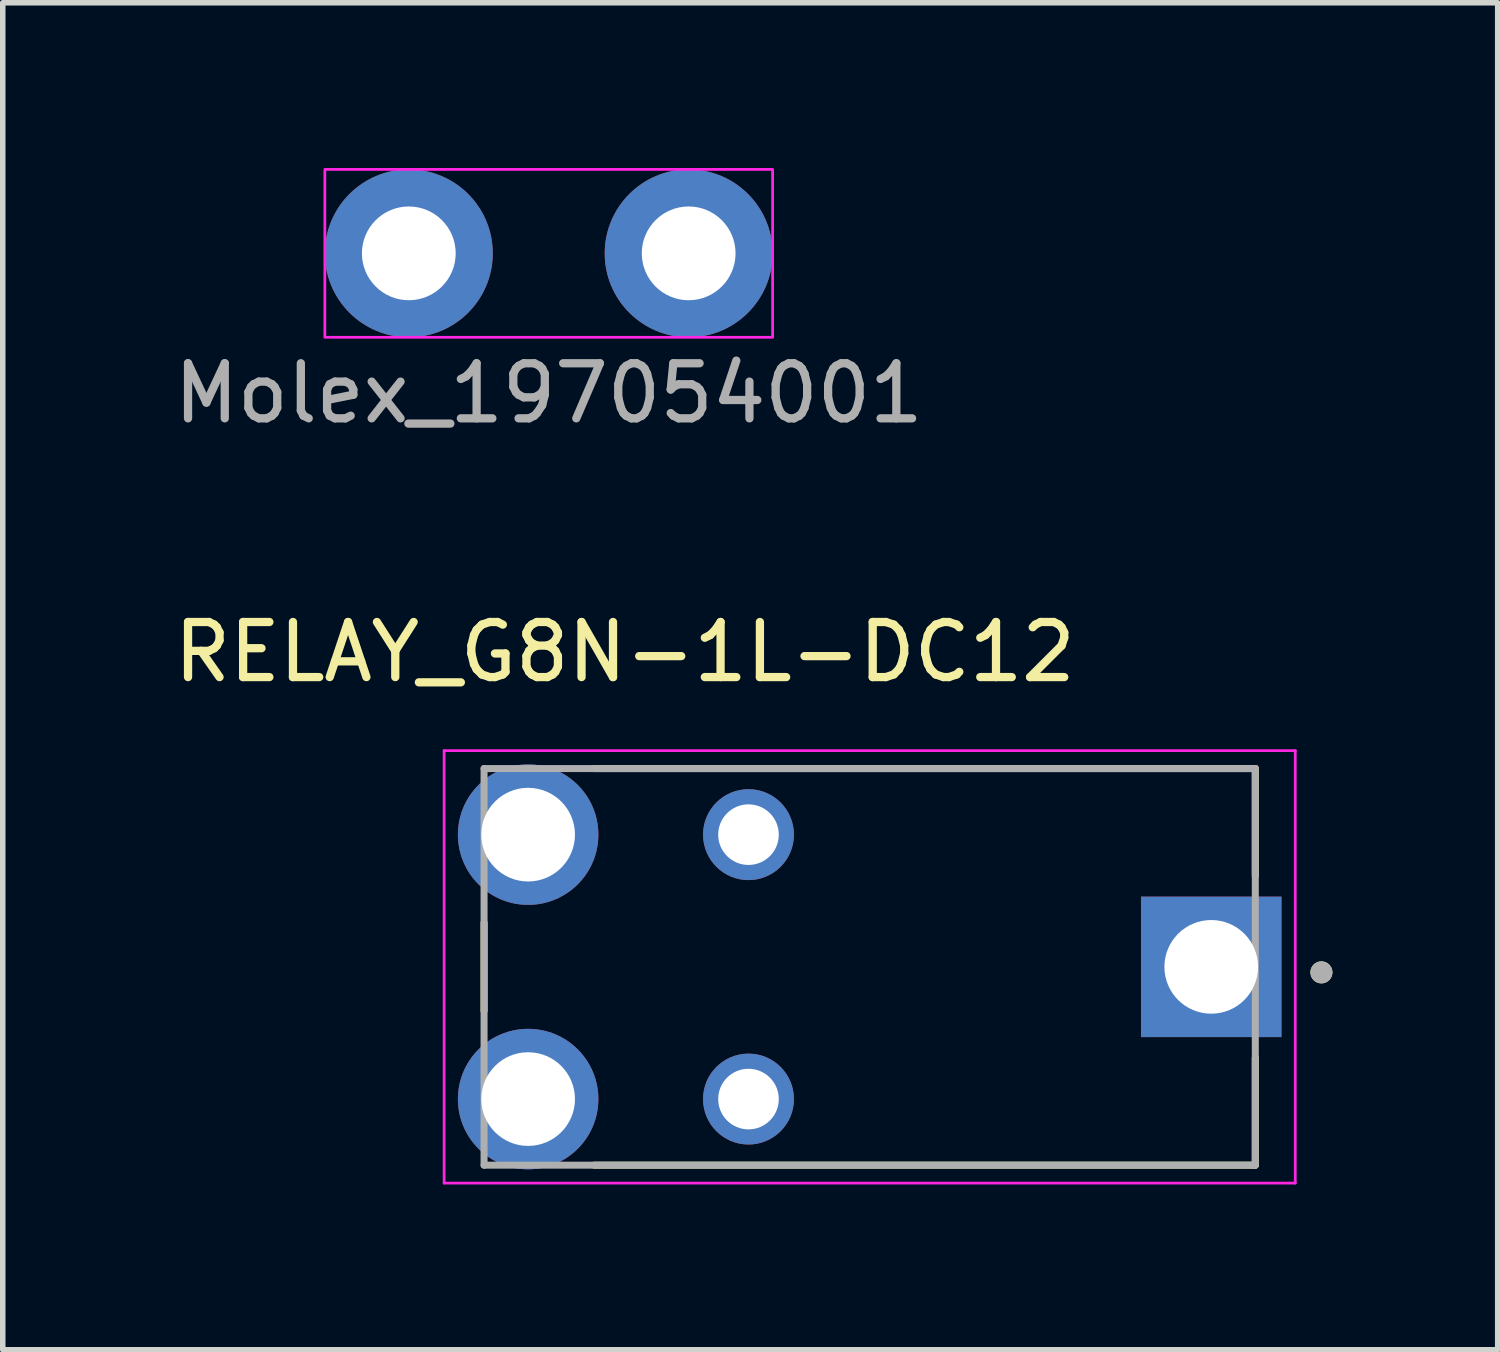
<source format=kicad_pcb>
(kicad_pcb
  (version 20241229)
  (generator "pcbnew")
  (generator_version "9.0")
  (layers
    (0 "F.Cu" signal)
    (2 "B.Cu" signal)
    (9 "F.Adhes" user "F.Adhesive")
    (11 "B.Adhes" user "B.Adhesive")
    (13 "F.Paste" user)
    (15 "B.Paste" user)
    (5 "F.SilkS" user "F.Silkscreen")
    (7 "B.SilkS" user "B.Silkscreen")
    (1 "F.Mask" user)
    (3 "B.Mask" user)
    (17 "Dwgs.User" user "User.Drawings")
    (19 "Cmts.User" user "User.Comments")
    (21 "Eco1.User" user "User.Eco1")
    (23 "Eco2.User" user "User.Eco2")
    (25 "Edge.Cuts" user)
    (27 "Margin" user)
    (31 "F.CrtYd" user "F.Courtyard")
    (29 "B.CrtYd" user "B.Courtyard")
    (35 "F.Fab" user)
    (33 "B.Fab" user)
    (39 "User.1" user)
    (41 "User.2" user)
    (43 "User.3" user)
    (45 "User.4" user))
  (footprint "Molex_197054001"
    (layer "F.Cu")
    (at 6.911 1.549)
    (property "Reference" "Molex_197054001" (at 0 2.54 0) (unlocked yes) (layer "F.SilkS") (effects (font (size 1 1) (thickness 0.1))))
    (attr through_hole)
    (fp_rect (start -4.064 -1.524) (end 4.064 1.524) (stroke (width 0.05) (type default)) (fill no) (layer "F.CrtYd"))
    (fp_text user "${REFERENCE}" (at 0 2.54 0) (unlocked yes) (layer "F.Fab") (effects (font (size 1 1) (thickness 0.15))))
    (pad "1" thru_hole circle (at -2.54 0) (size 3.048 3.048) (drill 1.702) (layers "*.Cu" "*.Mask"))
    (pad "1" thru_hole circle (at 2.54 0) (size 3.048 3.048) (drill 1.702) (layers "*.Cu" "*.Mask")))
  (footprint "RELAY_G8N-1L-DC12"
    (layer "F.Cu")
    (at 12.737 14.501)
    (property "Reference" "RELAY_G8N-1L-DC12" (at -4.445 -5.715 0) (layer "F.SilkS") (effects (font (size 1 1) (thickness 0.15))))
    (attr through_hole)
    (fp_line (start -7 -0.8) (end -7 0.8) (stroke (width 0.127) (type solid)) (layer "F.SilkS"))
    (fp_line (start -5 -3.6) (end 7 -3.6) (stroke (width 0.127) (type solid)) (layer "F.SilkS"))
    (fp_line (start 7 -3.6) (end 7 -1.65) (stroke (width 0.127) (type solid)) (layer "F.SilkS"))
    (fp_line (start 7 1.65) (end 7 3.6) (stroke (width 0.127) (type solid)) (layer "F.SilkS"))
    (fp_line (start 7 3.6) (end -5 3.6) (stroke (width 0.127) (type solid)) (layer "F.SilkS"))
    (fp_circle (center 8.2 0.1) (end 8.3 0.1) (stroke (width 0.2) (type solid)) (fill no) (layer "F.SilkS"))
    (fp_line (start -7.725 -3.925) (end 7.725 -3.925) (stroke (width 0.05) (type solid)) (layer "F.CrtYd"))
    (fp_line (start -7.725 3.925) (end -7.725 -3.925) (stroke (width 0.05) (type solid)) (layer "F.CrtYd"))
    (fp_line (start 7.725 -3.925) (end 7.725 3.925) (stroke (width 0.05) (type solid)) (layer "F.CrtYd"))
    (fp_line (start 7.725 3.925) (end -7.725 3.925) (stroke (width 0.05) (type solid)) (layer "F.CrtYd"))
    (fp_line (start -7 -3.6) (end 7 -3.6) (stroke (width 0.127) (type solid)) (layer "F.Fab"))
    (fp_line (start -7 3.6) (end -7 -3.6) (stroke (width 0.127) (type solid)) (layer "F.Fab"))
    (fp_line (start 7 -3.6) (end 7 3.6) (stroke (width 0.127) (type solid)) (layer "F.Fab"))
    (fp_line (start 7 3.6) (end -7 3.6) (stroke (width 0.127) (type solid)) (layer "F.Fab"))
    (fp_circle (center 8.2 0.1) (end 8.3 0.1) (stroke (width 0.2) (type solid)) (fill no) (layer "F.Fab"))
    (pad "1" thru_hole rect (at 6.2 0) (size 2.55 2.55) (drill 1.7) (layers "*.Cu" "*.Mask"))
    (pad "2" thru_hole circle (at -2.2 -2.4) (size 1.65 1.65) (drill 1.1) (layers "*.Cu" "*.Mask"))
    (pad "3" thru_hole circle (at -6.2 -2.4) (size 2.55 2.55) (drill 1.7) (layers "*.Cu" "*.Mask"))
    (pad "4" thru_hole circle (at -6.2 2.4) (size 2.55 2.55) (drill 1.7) (layers "*.Cu" "*.Mask"))
    (pad "5" thru_hole circle (at -2.2 2.4) (size 1.65 1.65) (drill 1.1) (layers "*.Cu" "*.Mask")))
  (gr_rect
    (start -3 -3)
    (end 24.137 21.451)
    (stroke (width 0.1) (type default))
    (fill no)
    (layer "Edge.Cuts")))
</source>
